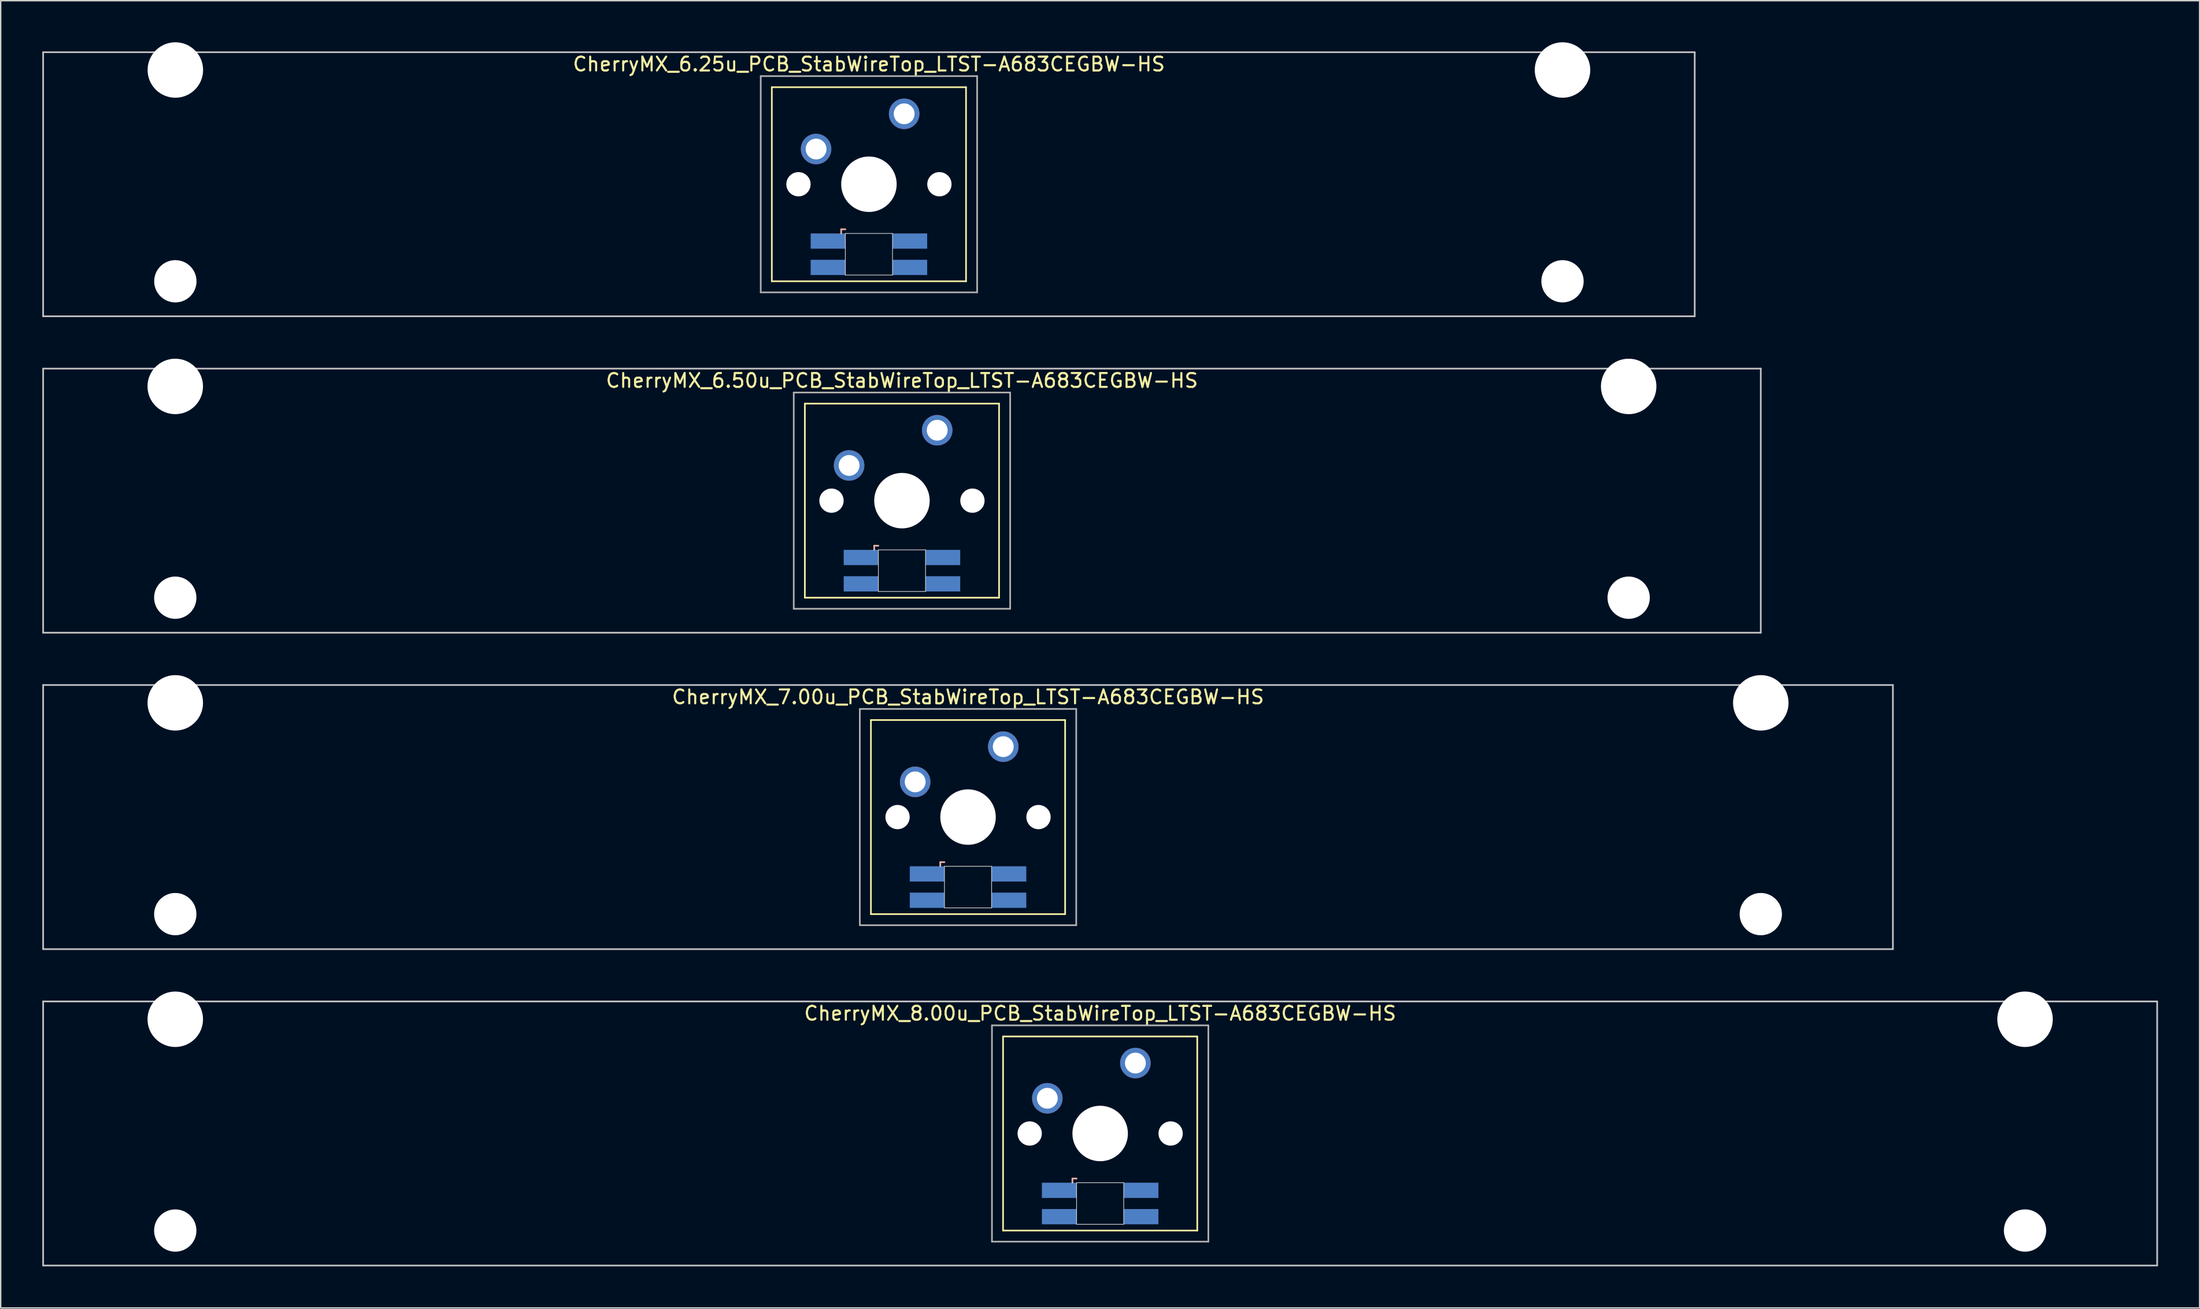
<source format=kicad_pcb>
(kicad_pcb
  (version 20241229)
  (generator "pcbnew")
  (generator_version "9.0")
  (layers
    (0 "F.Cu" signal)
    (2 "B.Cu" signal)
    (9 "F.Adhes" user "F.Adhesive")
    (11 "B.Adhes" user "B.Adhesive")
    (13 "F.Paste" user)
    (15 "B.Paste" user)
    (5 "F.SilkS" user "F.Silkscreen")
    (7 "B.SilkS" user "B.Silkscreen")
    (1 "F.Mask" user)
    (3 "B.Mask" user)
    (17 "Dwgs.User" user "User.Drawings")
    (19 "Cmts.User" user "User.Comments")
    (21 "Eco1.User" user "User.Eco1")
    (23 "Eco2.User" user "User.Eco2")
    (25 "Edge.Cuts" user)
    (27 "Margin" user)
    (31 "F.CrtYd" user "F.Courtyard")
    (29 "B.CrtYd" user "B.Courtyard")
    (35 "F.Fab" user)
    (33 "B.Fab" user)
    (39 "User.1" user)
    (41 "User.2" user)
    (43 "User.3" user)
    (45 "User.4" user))
  (footprint "CherryMX_6.25u_PCB_StabWireTop_LTST-A683CEGBW-HS"
    (layer "F.Cu")
    (at 59.591 10.24)
    (property "Reference" "CherryMX_6.25u_PCB_StabWireTop_LTST-A683CEGBW-HS" (at 0 -8.662 0) (layer "F.SilkS") (effects (font (size 1 1) (thickness 0.15))))
    (attr through_hole)
    (fp_line (start -7 -7) (end -7 7) (stroke (width 0.12) (type solid)) (layer "F.SilkS"))
    (fp_line (start -7 -7) (end 7 -7) (stroke (width 0.12) (type solid)) (layer "F.SilkS"))
    (fp_line (start 7 -7) (end 7 7) (stroke (width 0.12) (type solid)) (layer "F.SilkS"))
    (fp_line (start 7 7) (end -7 7) (stroke (width 0.12) (type solid)) (layer "F.SilkS"))
    (fp_line (start -2 3.25) (end -2 3.55) (stroke (width 0.12) (type solid)) (layer "B.SilkS"))
    (fp_line (start -1.7 3.25) (end -2 3.25) (stroke (width 0.12) (type solid)) (layer "B.SilkS"))
    (fp_line (start -59.531 -9.525) (end 59.531 -9.525) (stroke (width 0.12) (type solid)) (layer "Dwgs.User"))
    (fp_line (start -59.531 9.525) (end -59.531 -9.525) (stroke (width 0.12) (type solid)) (layer "Dwgs.User"))
    (fp_line (start 59.531 -9.525) (end 59.531 9.525) (stroke (width 0.12) (type solid)) (layer "Dwgs.User"))
    (fp_line (start 59.531 9.525) (end -59.531 9.525) (stroke (width 0.12) (type solid)) (layer "Dwgs.User"))
    (fp_line (start -1.7 3.55) (end 1.7 3.55) (stroke (width 0.05) (type solid)) (layer "Edge.Cuts"))
    (fp_line (start -1.7 6.55) (end -1.7 3.55) (stroke (width 0.05) (type solid)) (layer "Edge.Cuts"))
    (fp_line (start 1.7 3.55) (end 1.7 6.55) (stroke (width 0.05) (type solid)) (layer "Edge.Cuts"))
    (fp_line (start 1.7 6.55) (end -1.7 6.55) (stroke (width 0.05) (type solid)) (layer "Edge.Cuts"))
    (fp_line (start -7.8 -7.8) (end -7.8 7.8) (stroke (width 0.12) (type solid)) (layer "F.Fab"))
    (fp_line (start -7.8 -7.8) (end 7.8 -7.8) (stroke (width 0.12) (type solid)) (layer "F.Fab"))
    (fp_line (start -7.8 7.8) (end 7.8 7.8) (stroke (width 0.12) (type solid)) (layer "F.Fab"))
    (fp_line (start 7.8 -7.8) (end 7.8 7.8) (stroke (width 0.12) (type solid)) (layer "F.Fab"))
    (pad "" np_thru_hole circle (at -50 -8.24) (size 4 4) (drill 4) (layers "*.Cu" "*.Mask"))
    (pad "" np_thru_hole circle (at -50 7) (size 3.05 3.05) (drill 3.05) (layers "*.Cu" "*.Mask"))
    (pad "" np_thru_hole circle (at -5.08 0) (size 1.75 1.75) (drill 1.75) (layers "*.Cu" "*.Mask"))
    (pad "" np_thru_hole circle (at 0 0) (size 4 4) (drill 4) (layers "*.Cu" "*.Mask"))
    (pad "" np_thru_hole circle (at 5.08 0) (size 1.75 1.75) (drill 1.75) (layers "*.Cu" "*.Mask"))
    (pad "" np_thru_hole circle (at 50 -8.24) (size 4 4) (drill 4) (layers "*.Cu" "*.Mask"))
    (pad "" np_thru_hole circle (at 50 7) (size 3.05 3.05) (drill 3.05) (layers "*.Cu" "*.Mask"))
    (pad "1" thru_hole circle (at -3.81 -2.54) (size 2.2 2.2) (drill 1.5) (layers "*.Cu" "*.Mask"))
    (pad "2" thru_hole circle (at 2.54 -5.08) (size 2.2 2.2) (drill 1.5) (layers "*.Cu" "*.Mask"))
    (pad "3" smd rect (at -2.95 4.1) (size 2.5 1.1) (layers "B.Cu" "B.Mask" "B.Paste"))
    (pad "4" smd rect (at -2.95 6) (size 2.5 1.1) (layers "B.Cu" "B.Mask" "B.Paste"))
    (pad "5" smd rect (at 2.95 4.1) (size 2.5 1.1) (layers "B.Cu" "B.Mask" "B.Paste"))
    (pad "6" smd rect (at 2.95 6) (size 2.5 1.1) (layers "B.Cu" "B.Mask" "B.Paste")))
  (footprint "CherryMX_6.50u_PCB_StabWireTop_LTST-A683CEGBW-HS"
    (layer "F.Cu")
    (at 61.972 33.065)
    (property "Reference" "CherryMX_6.50u_PCB_StabWireTop_LTST-A683CEGBW-HS" (at 0 -8.662 0) (layer "F.SilkS") (effects (font (size 1 1) (thickness 0.15))))
    (attr through_hole)
    (fp_line (start -7 -7) (end -7 7) (stroke (width 0.12) (type solid)) (layer "F.SilkS"))
    (fp_line (start -7 -7) (end 7 -7) (stroke (width 0.12) (type solid)) (layer "F.SilkS"))
    (fp_line (start 7 -7) (end 7 7) (stroke (width 0.12) (type solid)) (layer "F.SilkS"))
    (fp_line (start 7 7) (end -7 7) (stroke (width 0.12) (type solid)) (layer "F.SilkS"))
    (fp_line (start -2 3.25) (end -2 3.55) (stroke (width 0.12) (type solid)) (layer "B.SilkS"))
    (fp_line (start -1.7 3.25) (end -2 3.25) (stroke (width 0.12) (type solid)) (layer "B.SilkS"))
    (fp_line (start -61.913 -9.525) (end 61.913 -9.525) (stroke (width 0.12) (type solid)) (layer "Dwgs.User"))
    (fp_line (start -61.913 9.525) (end -61.913 -9.525) (stroke (width 0.12) (type solid)) (layer "Dwgs.User"))
    (fp_line (start 61.913 -9.525) (end 61.913 9.525) (stroke (width 0.12) (type solid)) (layer "Dwgs.User"))
    (fp_line (start 61.913 9.525) (end -61.913 9.525) (stroke (width 0.12) (type solid)) (layer "Dwgs.User"))
    (fp_line (start -1.7 3.55) (end 1.7 3.55) (stroke (width 0.05) (type solid)) (layer "Edge.Cuts"))
    (fp_line (start -1.7 6.55) (end -1.7 3.55) (stroke (width 0.05) (type solid)) (layer "Edge.Cuts"))
    (fp_line (start 1.7 3.55) (end 1.7 6.55) (stroke (width 0.05) (type solid)) (layer "Edge.Cuts"))
    (fp_line (start 1.7 6.55) (end -1.7 6.55) (stroke (width 0.05) (type solid)) (layer "Edge.Cuts"))
    (fp_line (start -7.8 -7.8) (end -7.8 7.8) (stroke (width 0.12) (type solid)) (layer "F.Fab"))
    (fp_line (start -7.8 -7.8) (end 7.8 -7.8) (stroke (width 0.12) (type solid)) (layer "F.Fab"))
    (fp_line (start -7.8 7.8) (end 7.8 7.8) (stroke (width 0.12) (type solid)) (layer "F.Fab"))
    (fp_line (start 7.8 -7.8) (end 7.8 7.8) (stroke (width 0.12) (type solid)) (layer "F.Fab"))
    (pad "" np_thru_hole circle (at -52.388 -8.24) (size 4 4) (drill 4) (layers "*.Cu" "*.Mask"))
    (pad "" np_thru_hole circle (at -52.388 7) (size 3.05 3.05) (drill 3.05) (layers "*.Cu" "*.Mask"))
    (pad "" np_thru_hole circle (at -5.08 0) (size 1.75 1.75) (drill 1.75) (layers "*.Cu" "*.Mask"))
    (pad "" np_thru_hole circle (at 0 0) (size 4 4) (drill 4) (layers "*.Cu" "*.Mask"))
    (pad "" np_thru_hole circle (at 5.08 0) (size 1.75 1.75) (drill 1.75) (layers "*.Cu" "*.Mask"))
    (pad "" np_thru_hole circle (at 52.388 -8.24) (size 4 4) (drill 4) (layers "*.Cu" "*.Mask"))
    (pad "" np_thru_hole circle (at 52.388 7) (size 3.05 3.05) (drill 3.05) (layers "*.Cu" "*.Mask"))
    (pad "1" thru_hole circle (at -3.81 -2.54) (size 2.2 2.2) (drill 1.5) (layers "*.Cu" "*.Mask"))
    (pad "2" thru_hole circle (at 2.54 -5.08) (size 2.2 2.2) (drill 1.5) (layers "*.Cu" "*.Mask"))
    (pad "3" smd rect (at -2.95 4.1) (size 2.5 1.1) (layers "B.Cu" "B.Mask" "B.Paste"))
    (pad "4" smd rect (at -2.95 6) (size 2.5 1.1) (layers "B.Cu" "B.Mask" "B.Paste"))
    (pad "5" smd rect (at 2.95 4.1) (size 2.5 1.1) (layers "B.Cu" "B.Mask" "B.Paste"))
    (pad "6" smd rect (at 2.95 6) (size 2.5 1.1) (layers "B.Cu" "B.Mask" "B.Paste")))
  (footprint "CherryMX_7.00u_PCB_StabWireTop_LTST-A683CEGBW-HS"
    (layer "F.Cu")
    (at 66.735 55.89)
    (property "Reference" "CherryMX_7.00u_PCB_StabWireTop_LTST-A683CEGBW-HS" (at 0 -8.662 0) (layer "F.SilkS") (effects (font (size 1 1) (thickness 0.15))))
    (attr through_hole)
    (fp_line (start -7 -7) (end -7 7) (stroke (width 0.12) (type solid)) (layer "F.SilkS"))
    (fp_line (start -7 -7) (end 7 -7) (stroke (width 0.12) (type solid)) (layer "F.SilkS"))
    (fp_line (start 7 -7) (end 7 7) (stroke (width 0.12) (type solid)) (layer "F.SilkS"))
    (fp_line (start 7 7) (end -7 7) (stroke (width 0.12) (type solid)) (layer "F.SilkS"))
    (fp_line (start -2 3.25) (end -2 3.55) (stroke (width 0.12) (type solid)) (layer "B.SilkS"))
    (fp_line (start -1.7 3.25) (end -2 3.25) (stroke (width 0.12) (type solid)) (layer "B.SilkS"))
    (fp_line (start -66.675 -9.525) (end 66.675 -9.525) (stroke (width 0.12) (type solid)) (layer "Dwgs.User"))
    (fp_line (start -66.675 9.525) (end -66.675 -9.525) (stroke (width 0.12) (type solid)) (layer "Dwgs.User"))
    (fp_line (start 66.675 -9.525) (end 66.675 9.525) (stroke (width 0.12) (type solid)) (layer "Dwgs.User"))
    (fp_line (start 66.675 9.525) (end -66.675 9.525) (stroke (width 0.12) (type solid)) (layer "Dwgs.User"))
    (fp_line (start -1.7 3.55) (end 1.7 3.55) (stroke (width 0.05) (type solid)) (layer "Edge.Cuts"))
    (fp_line (start -1.7 6.55) (end -1.7 3.55) (stroke (width 0.05) (type solid)) (layer "Edge.Cuts"))
    (fp_line (start 1.7 3.55) (end 1.7 6.55) (stroke (width 0.05) (type solid)) (layer "Edge.Cuts"))
    (fp_line (start 1.7 6.55) (end -1.7 6.55) (stroke (width 0.05) (type solid)) (layer "Edge.Cuts"))
    (fp_line (start -7.8 -7.8) (end -7.8 7.8) (stroke (width 0.12) (type solid)) (layer "F.Fab"))
    (fp_line (start -7.8 -7.8) (end 7.8 -7.8) (stroke (width 0.12) (type solid)) (layer "F.Fab"))
    (fp_line (start -7.8 7.8) (end 7.8 7.8) (stroke (width 0.12) (type solid)) (layer "F.Fab"))
    (fp_line (start 7.8 -7.8) (end 7.8 7.8) (stroke (width 0.12) (type solid)) (layer "F.Fab"))
    (pad "" np_thru_hole circle (at -57.15 -8.24) (size 4 4) (drill 4) (layers "*.Cu" "*.Mask"))
    (pad "" np_thru_hole circle (at -57.15 7) (size 3.05 3.05) (drill 3.05) (layers "*.Cu" "*.Mask"))
    (pad "" np_thru_hole circle (at -5.08 0) (size 1.75 1.75) (drill 1.75) (layers "*.Cu" "*.Mask"))
    (pad "" np_thru_hole circle (at 0 0) (size 4 4) (drill 4) (layers "*.Cu" "*.Mask"))
    (pad "" np_thru_hole circle (at 5.08 0) (size 1.75 1.75) (drill 1.75) (layers "*.Cu" "*.Mask"))
    (pad "" np_thru_hole circle (at 57.15 -8.24) (size 4 4) (drill 4) (layers "*.Cu" "*.Mask"))
    (pad "" np_thru_hole circle (at 57.15 7) (size 3.05 3.05) (drill 3.05) (layers "*.Cu" "*.Mask"))
    (pad "1" thru_hole circle (at -3.81 -2.54) (size 2.2 2.2) (drill 1.5) (layers "*.Cu" "*.Mask"))
    (pad "2" thru_hole circle (at 2.54 -5.08) (size 2.2 2.2) (drill 1.5) (layers "*.Cu" "*.Mask"))
    (pad "3" smd rect (at -2.95 4.1) (size 2.5 1.1) (layers "B.Cu" "B.Mask" "B.Paste"))
    (pad "4" smd rect (at -2.95 6) (size 2.5 1.1) (layers "B.Cu" "B.Mask" "B.Paste"))
    (pad "5" smd rect (at 2.95 4.1) (size 2.5 1.1) (layers "B.Cu" "B.Mask" "B.Paste"))
    (pad "6" smd rect (at 2.95 6) (size 2.5 1.1) (layers "B.Cu" "B.Mask" "B.Paste")))
  (footprint "CherryMX_8.00u_PCB_StabWireTop_LTST-A683CEGBW-HS"
    (layer "F.Cu")
    (at 76.26 78.715)
    (property "Reference" "CherryMX_8.00u_PCB_StabWireTop_LTST-A683CEGBW-HS" (at 0 -8.662 0) (layer "F.SilkS") (effects (font (size 1 1) (thickness 0.15))))
    (attr through_hole)
    (fp_line (start -7 -7) (end -7 7) (stroke (width 0.12) (type solid)) (layer "F.SilkS"))
    (fp_line (start -7 -7) (end 7 -7) (stroke (width 0.12) (type solid)) (layer "F.SilkS"))
    (fp_line (start 7 -7) (end 7 7) (stroke (width 0.12) (type solid)) (layer "F.SilkS"))
    (fp_line (start 7 7) (end -7 7) (stroke (width 0.12) (type solid)) (layer "F.SilkS"))
    (fp_line (start -2 3.25) (end -2 3.55) (stroke (width 0.12) (type solid)) (layer "B.SilkS"))
    (fp_line (start -1.7 3.25) (end -2 3.25) (stroke (width 0.12) (type solid)) (layer "B.SilkS"))
    (fp_line (start -76.2 -9.525) (end 76.2 -9.525) (stroke (width 0.12) (type solid)) (layer "Dwgs.User"))
    (fp_line (start -76.2 9.525) (end -76.2 -9.525) (stroke (width 0.12) (type solid)) (layer "Dwgs.User"))
    (fp_line (start 76.2 -9.525) (end 76.2 9.525) (stroke (width 0.12) (type solid)) (layer "Dwgs.User"))
    (fp_line (start 76.2 9.525) (end -76.2 9.525) (stroke (width 0.12) (type solid)) (layer "Dwgs.User"))
    (fp_line (start -1.7 3.55) (end 1.7 3.55) (stroke (width 0.05) (type solid)) (layer "Edge.Cuts"))
    (fp_line (start -1.7 6.55) (end -1.7 3.55) (stroke (width 0.05) (type solid)) (layer "Edge.Cuts"))
    (fp_line (start 1.7 3.55) (end 1.7 6.55) (stroke (width 0.05) (type solid)) (layer "Edge.Cuts"))
    (fp_line (start 1.7 6.55) (end -1.7 6.55) (stroke (width 0.05) (type solid)) (layer "Edge.Cuts"))
    (fp_line (start -7.8 -7.8) (end -7.8 7.8) (stroke (width 0.12) (type solid)) (layer "F.Fab"))
    (fp_line (start -7.8 -7.8) (end 7.8 -7.8) (stroke (width 0.12) (type solid)) (layer "F.Fab"))
    (fp_line (start -7.8 7.8) (end 7.8 7.8) (stroke (width 0.12) (type solid)) (layer "F.Fab"))
    (fp_line (start 7.8 -7.8) (end 7.8 7.8) (stroke (width 0.12) (type solid)) (layer "F.Fab"))
    (pad "" np_thru_hole circle (at -66.675 -8.24) (size 4 4) (drill 4) (layers "*.Cu" "*.Mask"))
    (pad "" np_thru_hole circle (at -66.675 7) (size 3.05 3.05) (drill 3.05) (layers "*.Cu" "*.Mask"))
    (pad "" np_thru_hole circle (at -5.08 0) (size 1.75 1.75) (drill 1.75) (layers "*.Cu" "*.Mask"))
    (pad "" np_thru_hole circle (at 0 0) (size 4 4) (drill 4) (layers "*.Cu" "*.Mask"))
    (pad "" np_thru_hole circle (at 5.08 0) (size 1.75 1.75) (drill 1.75) (layers "*.Cu" "*.Mask"))
    (pad "" np_thru_hole circle (at 66.675 -8.24) (size 4 4) (drill 4) (layers "*.Cu" "*.Mask"))
    (pad "" np_thru_hole circle (at 66.675 7) (size 3.05 3.05) (drill 3.05) (layers "*.Cu" "*.Mask"))
    (pad "1" thru_hole circle (at -3.81 -2.54) (size 2.2 2.2) (drill 1.5) (layers "*.Cu" "*.Mask"))
    (pad "2" thru_hole circle (at 2.54 -5.08) (size 2.2 2.2) (drill 1.5) (layers "*.Cu" "*.Mask"))
    (pad "3" smd rect (at -2.95 4.1) (size 2.5 1.1) (layers "B.Cu" "B.Mask" "B.Paste"))
    (pad "4" smd rect (at -2.95 6) (size 2.5 1.1) (layers "B.Cu" "B.Mask" "B.Paste"))
    (pad "5" smd rect (at 2.95 4.1) (size 2.5 1.1) (layers "B.Cu" "B.Mask" "B.Paste"))
    (pad "6" smd rect (at 2.95 6) (size 2.5 1.1) (layers "B.Cu" "B.Mask" "B.Paste")))
  (gr_rect
    (start -3 -3)
    (end 155.52 91.3)
    (stroke (width 0.1) (type default))
    (fill no)
    (layer "Edge.Cuts")))
</source>
